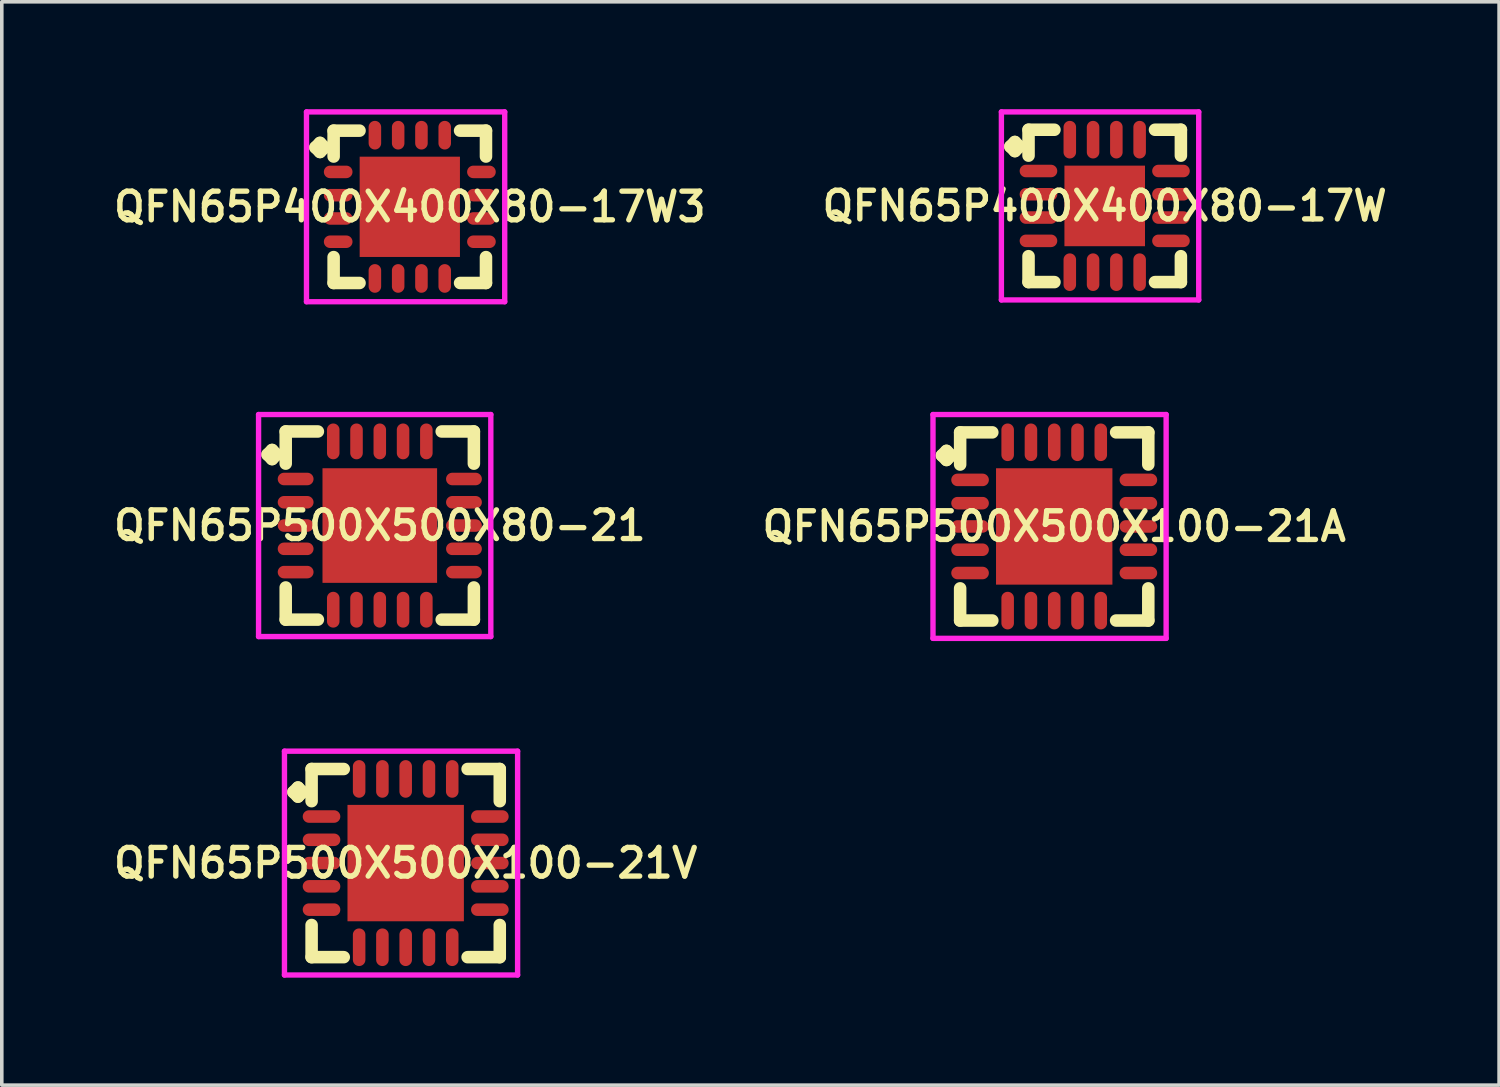
<source format=kicad_pcb>
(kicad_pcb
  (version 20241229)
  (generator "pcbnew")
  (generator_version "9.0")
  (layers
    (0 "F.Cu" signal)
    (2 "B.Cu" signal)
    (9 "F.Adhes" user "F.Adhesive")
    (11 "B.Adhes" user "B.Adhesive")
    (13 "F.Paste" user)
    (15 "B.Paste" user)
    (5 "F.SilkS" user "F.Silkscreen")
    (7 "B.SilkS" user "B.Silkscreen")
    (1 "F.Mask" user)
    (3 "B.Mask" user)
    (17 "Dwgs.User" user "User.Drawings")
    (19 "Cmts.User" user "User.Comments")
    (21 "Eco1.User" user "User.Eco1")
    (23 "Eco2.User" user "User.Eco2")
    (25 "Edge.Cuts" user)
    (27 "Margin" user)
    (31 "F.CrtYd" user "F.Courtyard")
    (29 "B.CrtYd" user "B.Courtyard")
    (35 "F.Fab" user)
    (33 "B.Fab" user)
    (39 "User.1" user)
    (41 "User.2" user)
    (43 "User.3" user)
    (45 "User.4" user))
  (footprint "QFN65P400X400X80-17W"
    (layer "F.Cu")
    (at 27.797 2.7)
    (property "Reference" "QFN65P400X400X80-17W" (at 0 0 0) (layer "F.SilkS") (effects (font (size 0.8 0.8) (thickness 0.15))))
    (attr through_hole)
    (fp_line (start -2.635 -1.658) (end -2.508 -1.785) (stroke (width 0.35) (type solid)) (layer "F.SilkS"))
    (fp_line (start -2.508 -1.785) (end -2.381 -1.658) (stroke (width 0.35) (type solid)) (layer "F.SilkS"))
    (fp_line (start -2.508 -1.531) (end -2.635 -1.658) (stroke (width 0.35) (type solid)) (layer "F.SilkS"))
    (fp_line (start -2.381 -1.658) (end -2.508 -1.531) (stroke (width 0.35) (type solid)) (layer "F.SilkS"))
    (fp_line (start -2.127 -2.127) (end -1.404 -2.127) (stroke (width 0.35) (type solid)) (layer "F.SilkS"))
    (fp_line (start -2.127 -1.404) (end -2.127 -2.127) (stroke (width 0.35) (type solid)) (layer "F.SilkS"))
    (fp_line (start -2.127 1.404) (end -2.127 2.127) (stroke (width 0.35) (type solid)) (layer "F.SilkS"))
    (fp_line (start -2.127 2.127) (end -1.404 2.127) (stroke (width 0.35) (type solid)) (layer "F.SilkS"))
    (fp_line (start 1.404 -2.127) (end 2.127 -2.127) (stroke (width 0.35) (type solid)) (layer "F.SilkS"))
    (fp_line (start 1.404 2.127) (end 2.127 2.127) (stroke (width 0.35) (type solid)) (layer "F.SilkS"))
    (fp_line (start 2.127 -2.127) (end 2.127 -1.404) (stroke (width 0.35) (type solid)) (layer "F.SilkS"))
    (fp_line (start 2.127 2.127) (end 2.127 1.404) (stroke (width 0.35) (type solid)) (layer "F.SilkS"))
    (fp_line (start -2.885 -2.625) (end 2.625 -2.625) (stroke (width 0.15) (type solid)) (layer "F.CrtYd"))
    (fp_line (start -2.885 2.625) (end -2.885 -2.625) (stroke (width 0.15) (type solid)) (layer "F.CrtYd"))
    (fp_line (start 2.625 -2.625) (end 2.625 2.625) (stroke (width 0.15) (type solid)) (layer "F.CrtYd"))
    (fp_line (start 2.625 2.625) (end -2.885 2.625) (stroke (width 0.15) (type solid)) (layer "F.CrtYd"))
    (pad "1" smd oval (at -1.85 -0.975) (size 1.05 0.35) (layers "F.Cu" "F.Mask" "F.Paste"))
    (pad "2" smd oval (at -1.85 -0.325) (size 1.05 0.35) (layers "F.Cu" "F.Mask" "F.Paste"))
    (pad "3" smd oval (at -1.85 0.325) (size 1.05 0.35) (layers "F.Cu" "F.Mask" "F.Paste"))
    (pad "4" smd oval (at -1.85 0.975) (size 1.05 0.35) (layers "F.Cu" "F.Mask" "F.Paste"))
    (pad "5" smd oval (at -0.975 1.85) (size 0.35 1.05) (layers "F.Cu" "F.Mask" "F.Paste"))
    (pad "6" smd oval (at -0.325 1.85) (size 0.35 1.05) (layers "F.Cu" "F.Mask" "F.Paste"))
    (pad "7" smd oval (at 0.325 1.85) (size 0.35 1.05) (layers "F.Cu" "F.Mask" "F.Paste"))
    (pad "8" smd oval (at 0.975 1.85) (size 0.35 1.05) (layers "F.Cu" "F.Mask" "F.Paste"))
    (pad "9" smd oval (at 1.85 0.975) (size 1.05 0.35) (layers "F.Cu" "F.Mask" "F.Paste"))
    (pad "10" smd oval (at 1.85 0.325) (size 1.05 0.35) (layers "F.Cu" "F.Mask" "F.Paste"))
    (pad "11" smd oval (at 1.85 -0.325) (size 1.05 0.35) (layers "F.Cu" "F.Mask" "F.Paste"))
    (pad "12" smd oval (at 1.85 -0.975) (size 1.05 0.35) (layers "F.Cu" "F.Mask" "F.Paste"))
    (pad "13" smd oval (at 0.975 -1.85) (size 0.35 1.05) (layers "F.Cu" "F.Mask" "F.Paste"))
    (pad "14" smd oval (at 0.325 -1.85) (size 0.35 1.05) (layers "F.Cu" "F.Mask" "F.Paste"))
    (pad "15" smd oval (at -0.325 -1.85) (size 0.35 1.05) (layers "F.Cu" "F.Mask" "F.Paste"))
    (pad "16" smd oval (at -0.975 -1.85) (size 0.35 1.05) (layers "F.Cu" "F.Mask" "F.Paste"))
    (pad "17" smd rect (at 0 0) (size 2.25 2.25) (layers "F.Cu" "F.Mask" "F.Paste")))
  (footprint "QFN65P500X500X80-21"
    (layer "F.Cu")
    (at 7.555 11.625)
    (property "Reference" "QFN65P500X500X80-21" (at 0 0 0) (layer "F.SilkS") (effects (font (size 0.8 0.8) (thickness 0.15))))
    (attr smd)
    (fp_line (start -3.135 -1.983) (end -3.008 -2.11) (stroke (width 0.35) (type solid)) (layer "F.SilkS"))
    (fp_line (start -3.008 -2.11) (end -2.881 -1.983) (stroke (width 0.35) (type solid)) (layer "F.SilkS"))
    (fp_line (start -3.008 -1.856) (end -3.135 -1.983) (stroke (width 0.35) (type solid)) (layer "F.SilkS"))
    (fp_line (start -2.881 -1.983) (end -3.008 -1.856) (stroke (width 0.35) (type solid)) (layer "F.SilkS"))
    (fp_line (start -2.627 -2.627) (end -1.729 -2.627) (stroke (width 0.35) (type solid)) (layer "F.SilkS"))
    (fp_line (start -2.627 -1.729) (end -2.627 -2.627) (stroke (width 0.35) (type solid)) (layer "F.SilkS"))
    (fp_line (start -2.627 1.729) (end -2.627 2.627) (stroke (width 0.35) (type solid)) (layer "F.SilkS"))
    (fp_line (start -2.627 2.627) (end -1.729 2.627) (stroke (width 0.35) (type solid)) (layer "F.SilkS"))
    (fp_line (start 1.729 -2.627) (end 2.627 -2.627) (stroke (width 0.35) (type solid)) (layer "F.SilkS"))
    (fp_line (start 1.729 2.627) (end 2.627 2.627) (stroke (width 0.35) (type solid)) (layer "F.SilkS"))
    (fp_line (start 2.627 -2.627) (end 2.627 -1.729) (stroke (width 0.35) (type solid)) (layer "F.SilkS"))
    (fp_line (start 2.627 2.627) (end 2.627 1.729) (stroke (width 0.35) (type solid)) (layer "F.SilkS"))
    (fp_line (start -3.385 -3.1) (end 3.1 -3.1) (stroke (width 0.15) (type solid)) (layer "F.CrtYd"))
    (fp_line (start -3.385 3.1) (end -3.385 -3.1) (stroke (width 0.15) (type solid)) (layer "F.CrtYd"))
    (fp_line (start 3.1 -3.1) (end 3.1 3.1) (stroke (width 0.15) (type solid)) (layer "F.CrtYd"))
    (fp_line (start 3.1 3.1) (end -3.385 3.1) (stroke (width 0.15) (type solid)) (layer "F.CrtYd"))
    (pad "1" smd oval (at -2.35 -1.3) (size 1 0.35) (layers "F.Cu" "F.Mask" "F.Paste"))
    (pad "2" smd oval (at -2.35 -0.65) (size 1 0.35) (layers "F.Cu" "F.Mask" "F.Paste"))
    (pad "3" smd oval (at -2.35 0) (size 1 0.35) (layers "F.Cu" "F.Mask" "F.Paste"))
    (pad "4" smd oval (at -2.35 0.65) (size 1 0.35) (layers "F.Cu" "F.Mask" "F.Paste"))
    (pad "5" smd oval (at -2.35 1.3) (size 1 0.35) (layers "F.Cu" "F.Mask" "F.Paste"))
    (pad "6" smd oval (at -1.3 2.35) (size 0.35 1) (layers "F.Cu" "F.Mask" "F.Paste"))
    (pad "7" smd oval (at -0.65 2.35) (size 0.35 1) (layers "F.Cu" "F.Mask" "F.Paste"))
    (pad "8" smd oval (at 0 2.35) (size 0.35 1) (layers "F.Cu" "F.Mask" "F.Paste"))
    (pad "9" smd oval (at 0.65 2.35) (size 0.35 1) (layers "F.Cu" "F.Mask" "F.Paste"))
    (pad "10" smd oval (at 1.3 2.35) (size 0.35 1) (layers "F.Cu" "F.Mask" "F.Paste"))
    (pad "11" smd oval (at 2.35 1.3) (size 1 0.35) (layers "F.Cu" "F.Mask" "F.Paste"))
    (pad "12" smd oval (at 2.35 0.65) (size 1 0.35) (layers "F.Cu" "F.Mask" "F.Paste"))
    (pad "13" smd oval (at 2.35 0) (size 1 0.35) (layers "F.Cu" "F.Mask" "F.Paste"))
    (pad "14" smd oval (at 2.35 -0.65) (size 1 0.35) (layers "F.Cu" "F.Mask" "F.Paste"))
    (pad "15" smd oval (at 2.35 -1.3) (size 1 0.35) (layers "F.Cu" "F.Mask" "F.Paste"))
    (pad "16" smd oval (at 1.3 -2.35) (size 0.35 1) (layers "F.Cu" "F.Mask" "F.Paste"))
    (pad "17" smd oval (at 0.65 -2.35) (size 0.35 1) (layers "F.Cu" "F.Mask" "F.Paste"))
    (pad "18" smd oval (at 0 -2.35) (size 0.35 1) (layers "F.Cu" "F.Mask" "F.Paste"))
    (pad "19" smd oval (at -0.65 -2.35) (size 0.35 1) (layers "F.Cu" "F.Mask" "F.Paste"))
    (pad "20" smd oval (at -1.3 -2.35) (size 0.35 1) (layers "F.Cu" "F.Mask" "F.Paste"))
    (pad "21" smd rect (at 0 0) (size 3.2 3.2) (layers "F.Cu" "F.Mask" "F.Paste")))
  (footprint "QFN65P500X500X100-21A"
    (layer "F.Cu")
    (at 26.387 11.65)
    (property "Reference" "QFN65P500X500X100-21A" (at 0 0 0) (layer "F.SilkS") (effects (font (size 0.8 0.8) (thickness 0.15))))
    (attr smd)
    (fp_line (start -3.135 -1.983) (end -3.008 -2.11) (stroke (width 0.35) (type solid)) (layer "F.SilkS"))
    (fp_line (start -3.008 -2.11) (end -2.881 -1.983) (stroke (width 0.35) (type solid)) (layer "F.SilkS"))
    (fp_line (start -3.008 -1.856) (end -3.135 -1.983) (stroke (width 0.35) (type solid)) (layer "F.SilkS"))
    (fp_line (start -2.881 -1.983) (end -3.008 -1.856) (stroke (width 0.35) (type solid)) (layer "F.SilkS"))
    (fp_line (start -2.627 -2.627) (end -1.729 -2.627) (stroke (width 0.35) (type solid)) (layer "F.SilkS"))
    (fp_line (start -2.627 -1.729) (end -2.627 -2.627) (stroke (width 0.35) (type solid)) (layer "F.SilkS"))
    (fp_line (start -2.627 1.729) (end -2.627 2.627) (stroke (width 0.35) (type solid)) (layer "F.SilkS"))
    (fp_line (start -2.627 2.627) (end -1.729 2.627) (stroke (width 0.35) (type solid)) (layer "F.SilkS"))
    (fp_line (start 1.729 -2.627) (end 2.627 -2.627) (stroke (width 0.35) (type solid)) (layer "F.SilkS"))
    (fp_line (start 1.729 2.627) (end 2.627 2.627) (stroke (width 0.35) (type solid)) (layer "F.SilkS"))
    (fp_line (start 2.627 -2.627) (end 2.627 -1.729) (stroke (width 0.35) (type solid)) (layer "F.SilkS"))
    (fp_line (start 2.627 2.627) (end 2.627 1.729) (stroke (width 0.35) (type solid)) (layer "F.SilkS"))
    (fp_line (start -3.385 -3.125) (end 3.125 -3.125) (stroke (width 0.15) (type solid)) (layer "F.CrtYd"))
    (fp_line (start -3.385 3.125) (end -3.385 -3.125) (stroke (width 0.15) (type solid)) (layer "F.CrtYd"))
    (fp_line (start 3.125 -3.125) (end 3.125 3.125) (stroke (width 0.15) (type solid)) (layer "F.CrtYd"))
    (fp_line (start 3.125 3.125) (end -3.385 3.125) (stroke (width 0.15) (type solid)) (layer "F.CrtYd"))
    (pad "1" smd oval (at -2.35 -1.3) (size 1.05 0.35) (layers "F.Cu" "F.Mask" "F.Paste"))
    (pad "2" smd oval (at -2.35 -0.65) (size 1.05 0.35) (layers "F.Cu" "F.Mask" "F.Paste"))
    (pad "3" smd oval (at -2.35 0) (size 1.05 0.35) (layers "F.Cu" "F.Mask" "F.Paste"))
    (pad "4" smd oval (at -2.35 0.65) (size 1.05 0.35) (layers "F.Cu" "F.Mask" "F.Paste"))
    (pad "5" smd oval (at -2.35 1.3) (size 1.05 0.35) (layers "F.Cu" "F.Mask" "F.Paste"))
    (pad "6" smd oval (at -1.3 2.35) (size 0.35 1.05) (layers "F.Cu" "F.Mask" "F.Paste"))
    (pad "7" smd oval (at -0.65 2.35) (size 0.35 1.05) (layers "F.Cu" "F.Mask" "F.Paste"))
    (pad "8" smd oval (at 0 2.35) (size 0.35 1.05) (layers "F.Cu" "F.Mask" "F.Paste"))
    (pad "9" smd oval (at 0.65 2.35) (size 0.35 1.05) (layers "F.Cu" "F.Mask" "F.Paste"))
    (pad "10" smd oval (at 1.3 2.35) (size 0.35 1.05) (layers "F.Cu" "F.Mask" "F.Paste"))
    (pad "11" smd oval (at 2.35 1.3) (size 1.05 0.35) (layers "F.Cu" "F.Mask" "F.Paste"))
    (pad "12" smd oval (at 2.35 0.65) (size 1.05 0.35) (layers "F.Cu" "F.Mask" "F.Paste"))
    (pad "13" smd oval (at 2.35 0) (size 1.05 0.35) (layers "F.Cu" "F.Mask" "F.Paste"))
    (pad "14" smd oval (at 2.35 -0.65) (size 1.05 0.35) (layers "F.Cu" "F.Mask" "F.Paste"))
    (pad "15" smd oval (at 2.35 -1.3) (size 1.05 0.35) (layers "F.Cu" "F.Mask" "F.Paste"))
    (pad "16" smd oval (at 1.3 -2.35) (size 0.35 1.05) (layers "F.Cu" "F.Mask" "F.Paste"))
    (pad "17" smd oval (at 0.65 -2.35) (size 0.35 1.05) (layers "F.Cu" "F.Mask" "F.Paste"))
    (pad "18" smd oval (at 0 -2.35) (size 0.35 1.05) (layers "F.Cu" "F.Mask" "F.Paste"))
    (pad "19" smd oval (at -0.65 -2.35) (size 0.35 1.05) (layers "F.Cu" "F.Mask" "F.Paste"))
    (pad "20" smd oval (at -1.3 -2.35) (size 0.35 1.05) (layers "F.Cu" "F.Mask" "F.Paste"))
    (pad "21" smd rect (at 0 0) (size 3.25 3.25) (layers "F.Cu" "F.Mask" "F.Paste")))
  (footprint "QFN65P500X500X100-21V"
    (layer "F.Cu")
    (at 8.278 21.05)
    (property "Reference" "QFN65P500X500X100-21V" (at 0 0 0) (layer "F.SilkS") (effects (font (size 0.8 0.8) (thickness 0.15))))
    (attr smd)
    (fp_line (start -3.135 -1.983) (end -3.008 -2.11) (stroke (width 0.35) (type solid)) (layer "F.SilkS"))
    (fp_line (start -3.008 -2.11) (end -2.881 -1.983) (stroke (width 0.35) (type solid)) (layer "F.SilkS"))
    (fp_line (start -3.008 -1.856) (end -3.135 -1.983) (stroke (width 0.35) (type solid)) (layer "F.SilkS"))
    (fp_line (start -2.881 -1.983) (end -3.008 -1.856) (stroke (width 0.35) (type solid)) (layer "F.SilkS"))
    (fp_line (start -2.627 -2.627) (end -1.729 -2.627) (stroke (width 0.35) (type solid)) (layer "F.SilkS"))
    (fp_line (start -2.627 -1.729) (end -2.627 -2.627) (stroke (width 0.35) (type solid)) (layer "F.SilkS"))
    (fp_line (start -2.627 1.729) (end -2.627 2.627) (stroke (width 0.35) (type solid)) (layer "F.SilkS"))
    (fp_line (start -2.627 2.627) (end -1.729 2.627) (stroke (width 0.35) (type solid)) (layer "F.SilkS"))
    (fp_line (start 1.729 -2.627) (end 2.627 -2.627) (stroke (width 0.35) (type solid)) (layer "F.SilkS"))
    (fp_line (start 1.729 2.627) (end 2.627 2.627) (stroke (width 0.35) (type solid)) (layer "F.SilkS"))
    (fp_line (start 2.627 -2.627) (end 2.627 -1.729) (stroke (width 0.35) (type solid)) (layer "F.SilkS"))
    (fp_line (start 2.627 2.627) (end 2.627 1.729) (stroke (width 0.35) (type solid)) (layer "F.SilkS"))
    (fp_line (start -3.385 -3.125) (end 3.125 -3.125) (stroke (width 0.15) (type solid)) (layer "F.CrtYd"))
    (fp_line (start -3.385 3.125) (end -3.385 -3.125) (stroke (width 0.15) (type solid)) (layer "F.CrtYd"))
    (fp_line (start 3.125 -3.125) (end 3.125 3.125) (stroke (width 0.15) (type solid)) (layer "F.CrtYd"))
    (fp_line (start 3.125 3.125) (end -3.385 3.125) (stroke (width 0.15) (type solid)) (layer "F.CrtYd"))
    (pad "1" smd oval (at -2.35 -1.3) (size 1.05 0.35) (layers "F.Cu" "F.Mask" "F.Paste"))
    (pad "2" smd oval (at -2.35 -0.65) (size 1.05 0.35) (layers "F.Cu" "F.Mask" "F.Paste"))
    (pad "3" smd oval (at -2.35 0) (size 1.05 0.35) (layers "F.Cu" "F.Mask" "F.Paste"))
    (pad "4" smd oval (at -2.35 0.65) (size 1.05 0.35) (layers "F.Cu" "F.Mask" "F.Paste"))
    (pad "5" smd oval (at -2.35 1.3) (size 1.05 0.35) (layers "F.Cu" "F.Mask" "F.Paste"))
    (pad "6" smd oval (at -1.3 2.35) (size 0.35 1.05) (layers "F.Cu" "F.Mask" "F.Paste"))
    (pad "7" smd oval (at -0.65 2.35) (size 0.35 1.05) (layers "F.Cu" "F.Mask" "F.Paste"))
    (pad "8" smd oval (at 0 2.35) (size 0.35 1.05) (layers "F.Cu" "F.Mask" "F.Paste"))
    (pad "9" smd oval (at 0.65 2.35) (size 0.35 1.05) (layers "F.Cu" "F.Mask" "F.Paste"))
    (pad "10" smd oval (at 1.3 2.35) (size 0.35 1.05) (layers "F.Cu" "F.Mask" "F.Paste"))
    (pad "11" smd oval (at 2.35 1.3) (size 1.05 0.35) (layers "F.Cu" "F.Mask" "F.Paste"))
    (pad "12" smd oval (at 2.35 0.65) (size 1.05 0.35) (layers "F.Cu" "F.Mask" "F.Paste"))
    (pad "13" smd oval (at 2.35 0) (size 1.05 0.35) (layers "F.Cu" "F.Mask" "F.Paste"))
    (pad "14" smd oval (at 2.35 -0.65) (size 1.05 0.35) (layers "F.Cu" "F.Mask" "F.Paste"))
    (pad "15" smd oval (at 2.35 -1.3) (size 1.05 0.35) (layers "F.Cu" "F.Mask" "F.Paste"))
    (pad "16" smd oval (at 1.3 -2.35) (size 0.35 1.05) (layers "F.Cu" "F.Mask" "F.Paste"))
    (pad "17" smd oval (at 0.65 -2.35) (size 0.35 1.05) (layers "F.Cu" "F.Mask" "F.Paste"))
    (pad "18" smd oval (at 0 -2.35) (size 0.35 1.05) (layers "F.Cu" "F.Mask" "F.Paste"))
    (pad "19" smd oval (at -0.65 -2.35) (size 0.35 1.05) (layers "F.Cu" "F.Mask" "F.Paste"))
    (pad "20" smd oval (at -1.3 -2.35) (size 0.35 1.05) (layers "F.Cu" "F.Mask" "F.Paste"))
    (pad "21" smd rect (at 0 0) (size 3.25 3.25) (layers "F.Cu" "F.Mask" "F.Paste")))
  (footprint "QFN65P400X400X80-17W3"
    (layer "F.Cu")
    (at 8.393 2.725)
    (property "Reference" "QFN65P400X400X80-17W3" (at 0 0 0) (layer "F.SilkS") (effects (font (size 0.8 0.8) (thickness 0.15))))
    (attr smd)
    (fp_line (start -2.635 -1.658) (end -2.508 -1.785) (stroke (width 0.35) (type solid)) (layer "F.SilkS"))
    (fp_line (start -2.508 -1.785) (end -2.381 -1.658) (stroke (width 0.35) (type solid)) (layer "F.SilkS"))
    (fp_line (start -2.508 -1.531) (end -2.635 -1.658) (stroke (width 0.35) (type solid)) (layer "F.SilkS"))
    (fp_line (start -2.381 -1.658) (end -2.508 -1.531) (stroke (width 0.35) (type solid)) (layer "F.SilkS"))
    (fp_line (start -2.127 -2.127) (end -1.404 -2.127) (stroke (width 0.35) (type solid)) (layer "F.SilkS"))
    (fp_line (start -2.127 -1.404) (end -2.127 -2.127) (stroke (width 0.35) (type solid)) (layer "F.SilkS"))
    (fp_line (start -2.127 1.404) (end -2.127 2.127) (stroke (width 0.35) (type solid)) (layer "F.SilkS"))
    (fp_line (start -2.127 2.127) (end -1.404 2.127) (stroke (width 0.35) (type solid)) (layer "F.SilkS"))
    (fp_line (start 1.404 -2.127) (end 2.127 -2.127) (stroke (width 0.35) (type solid)) (layer "F.SilkS"))
    (fp_line (start 1.404 2.127) (end 2.127 2.127) (stroke (width 0.35) (type solid)) (layer "F.SilkS"))
    (fp_line (start 2.127 -2.127) (end 2.127 -1.404) (stroke (width 0.35) (type solid)) (layer "F.SilkS"))
    (fp_line (start 2.127 2.127) (end 2.127 1.404) (stroke (width 0.35) (type solid)) (layer "F.SilkS"))
    (fp_line (start -2.885 -2.65) (end 2.65 -2.65) (stroke (width 0.15) (type solid)) (layer "F.CrtYd"))
    (fp_line (start -2.885 2.65) (end -2.885 -2.65) (stroke (width 0.15) (type solid)) (layer "F.CrtYd"))
    (fp_line (start 2.65 -2.65) (end 2.65 2.65) (stroke (width 0.15) (type solid)) (layer "F.CrtYd"))
    (fp_line (start 2.65 2.65) (end -2.885 2.65) (stroke (width 0.15) (type solid)) (layer "F.CrtYd"))
    (pad "1" smd oval (at -2 -0.975) (size 0.8 0.35) (layers "F.Cu" "F.Mask" "F.Paste"))
    (pad "2" smd oval (at -2 -0.325) (size 0.8 0.35) (layers "F.Cu" "F.Mask" "F.Paste"))
    (pad "3" smd oval (at -2 0.325) (size 0.8 0.35) (layers "F.Cu" "F.Mask" "F.Paste"))
    (pad "4" smd oval (at -2 0.975) (size 0.8 0.35) (layers "F.Cu" "F.Mask" "F.Paste"))
    (pad "5" smd oval (at -0.975 2) (size 0.35 0.8) (layers "F.Cu" "F.Mask" "F.Paste"))
    (pad "6" smd oval (at -0.325 2) (size 0.35 0.8) (layers "F.Cu" "F.Mask" "F.Paste"))
    (pad "7" smd oval (at 0.325 2) (size 0.35 0.8) (layers "F.Cu" "F.Mask" "F.Paste"))
    (pad "8" smd oval (at 0.975 2) (size 0.35 0.8) (layers "F.Cu" "F.Mask" "F.Paste"))
    (pad "9" smd oval (at 2 0.975) (size 0.8 0.35) (layers "F.Cu" "F.Mask" "F.Paste"))
    (pad "10" smd oval (at 2 0.325) (size 0.8 0.35) (layers "F.Cu" "F.Mask" "F.Paste"))
    (pad "11" smd oval (at 2 -0.325) (size 0.8 0.35) (layers "F.Cu" "F.Mask" "F.Paste"))
    (pad "12" smd oval (at 2 -0.975) (size 0.8 0.35) (layers "F.Cu" "F.Mask" "F.Paste"))
    (pad "13" smd oval (at 0.975 -2) (size 0.35 0.8) (layers "F.Cu" "F.Mask" "F.Paste"))
    (pad "14" smd oval (at 0.325 -2) (size 0.35 0.8) (layers "F.Cu" "F.Mask" "F.Paste"))
    (pad "15" smd oval (at -0.325 -2) (size 0.35 0.8) (layers "F.Cu" "F.Mask" "F.Paste"))
    (pad "16" smd oval (at -0.975 -2) (size 0.35 0.8) (layers "F.Cu" "F.Mask" "F.Paste"))
    (pad "17" smd rect (at 0 0) (size 2.8 2.8) (layers "F.Cu" "F.Mask" "F.Paste")))
  (gr_rect
    (start -3 -3)
    (end 38.809 27.25)
    (stroke (width 0.1) (type default))
    (fill no)
    (layer "Edge.Cuts")))
</source>
